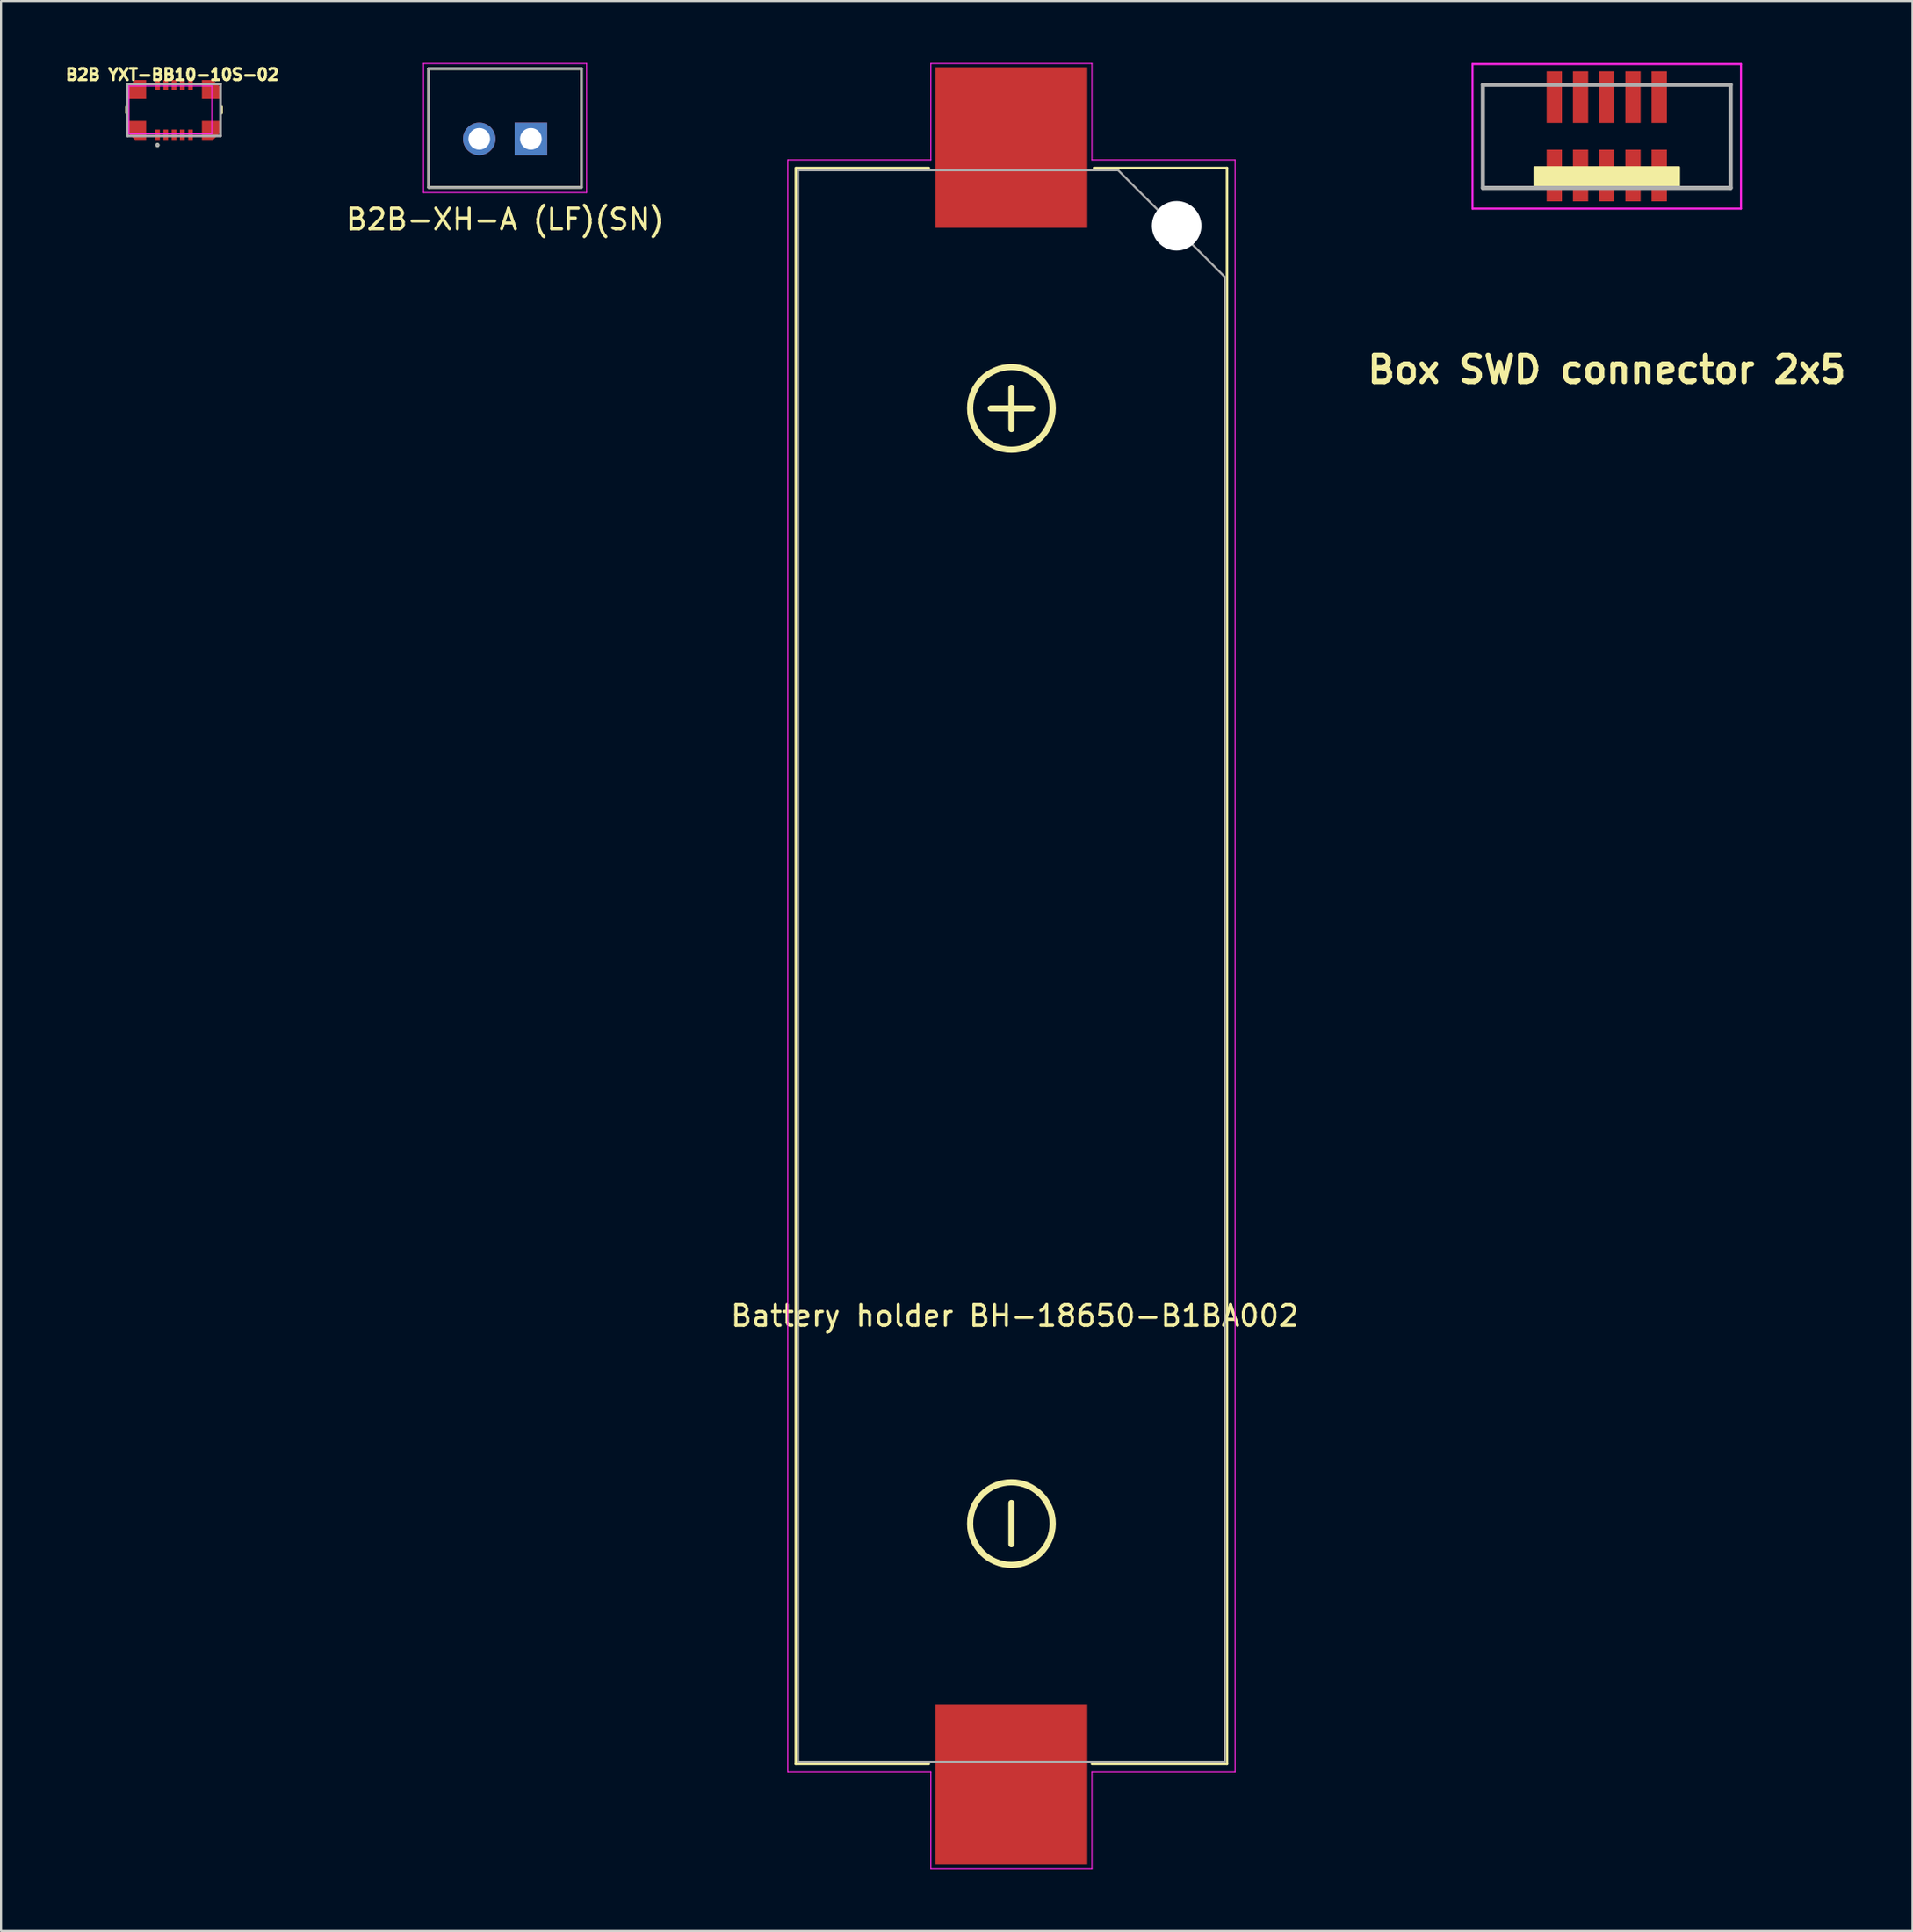
<source format=kicad_pcb>
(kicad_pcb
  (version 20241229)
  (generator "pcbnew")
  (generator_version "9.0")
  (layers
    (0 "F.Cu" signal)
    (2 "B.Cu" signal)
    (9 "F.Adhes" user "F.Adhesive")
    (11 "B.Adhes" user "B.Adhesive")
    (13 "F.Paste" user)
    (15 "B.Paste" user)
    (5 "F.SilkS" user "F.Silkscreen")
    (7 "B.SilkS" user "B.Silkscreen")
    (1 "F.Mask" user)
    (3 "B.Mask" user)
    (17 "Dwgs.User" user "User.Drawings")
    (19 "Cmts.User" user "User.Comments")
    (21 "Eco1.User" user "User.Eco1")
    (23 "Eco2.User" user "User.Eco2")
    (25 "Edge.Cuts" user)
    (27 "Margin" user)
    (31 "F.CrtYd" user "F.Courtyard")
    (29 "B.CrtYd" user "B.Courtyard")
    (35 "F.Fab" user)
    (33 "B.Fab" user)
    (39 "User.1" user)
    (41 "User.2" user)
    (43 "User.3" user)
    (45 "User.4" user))
  (footprint "Box SWD connector 2x5"
    (layer "F.Cu")
    (at 74.754 3.55)
    (property "Reference" "Box SWD connector 2x5" (at 0 11.3 0) (layer "F.SilkS") (effects (font (size 1.27 1.27) (thickness 0.254))))
    (attr smd)
    (fp_line (start -6 -2.5) (end -6 2.5) (stroke (width 0.1) (type solid)) (layer "F.SilkS"))
    (fp_line (start -6 2.5) (end -3.5 2.5) (stroke (width 0.1) (type solid)) (layer "F.SilkS"))
    (fp_line (start -3.5 -2.5) (end -6 -2.5) (stroke (width 0.1) (type solid)) (layer "F.SilkS"))
    (fp_line (start 3.5 -2.5) (end 6 -2.5) (stroke (width 0.1) (type solid)) (layer "F.SilkS"))
    (fp_line (start 6 -2.5) (end 6 2.5) (stroke (width 0.1) (type solid)) (layer "F.SilkS"))
    (fp_line (start 6 2.5) (end 3.5 2.5) (stroke (width 0.1) (type solid)) (layer "F.SilkS"))
    (fp_rect (start -3.5 1.5) (end 3.5 2.5) (stroke (width 0.1) (type default)) (fill yes) (layer "F.SilkS"))
    (fp_line (start -6.5 -3.5) (end 6.5 -3.5) (stroke (width 0.1) (type solid)) (layer "F.CrtYd"))
    (fp_line (start -6.5 3.5) (end -6.5 -3.5) (stroke (width 0.1) (type solid)) (layer "F.CrtYd"))
    (fp_line (start 6.5 -3.5) (end 6.5 3.5) (stroke (width 0.1) (type solid)) (layer "F.CrtYd"))
    (fp_line (start 6.5 3.5) (end -6.5 3.5) (stroke (width 0.1) (type solid)) (layer "F.CrtYd"))
    (fp_line (start -6 -2.5) (end 6 -2.5) (stroke (width 0.2) (type solid)) (layer "F.Fab"))
    (fp_line (start -6 2.5) (end -6 -2.5) (stroke (width 0.2) (type solid)) (layer "F.Fab"))
    (fp_line (start 6 -2.5) (end 6 2.5) (stroke (width 0.2) (type solid)) (layer "F.Fab"))
    (fp_line (start 6 2.5) (end -6 2.5) (stroke (width 0.2) (type solid)) (layer "F.Fab"))
    (pad "1" smd rect (at -2.54 1.9) (size 0.74 2.5) (layers "F.Cu" "F.Mask" "F.Paste"))
    (pad "2" smd rect (at -2.54 -1.9) (size 0.74 2.5) (layers "F.Cu" "F.Mask" "F.Paste"))
    (pad "3" smd rect (at -1.27 1.9) (size 0.74 2.5) (layers "F.Cu" "F.Mask" "F.Paste"))
    (pad "4" smd rect (at -1.27 -1.9) (size 0.74 2.5) (layers "F.Cu" "F.Mask" "F.Paste"))
    (pad "5" smd rect (at 0 1.9) (size 0.74 2.5) (layers "F.Cu" "F.Mask" "F.Paste"))
    (pad "6" smd rect (at 0 -1.9) (size 0.74 2.5) (layers "F.Cu" "F.Mask" "F.Paste"))
    (pad "7" smd rect (at 1.27 1.9) (size 0.74 2.5) (layers "F.Cu" "F.Mask" "F.Paste"))
    (pad "8" smd rect (at 1.27 -1.9) (size 0.74 2.5) (layers "F.Cu" "F.Mask" "F.Paste"))
    (pad "9" smd rect (at 2.54 1.9) (size 0.74 2.5) (layers "F.Cu" "F.Mask" "F.Paste"))
    (pad "10" smd rect (at 2.54 -1.9) (size 0.74 2.5) (layers "F.Cu" "F.Mask" "F.Paste")))
  (footprint "B2B YXT-BB10-10S-02"
    (layer "F.Cu")
    (at 5.376 2.274)
    (property "Reference" "B2B YXT-BB10-10S-02" (at -0.08 -1.71 0) (layer "F.SilkS") (effects (font (size 0.551 0.551) (thickness 0.138))))
    (attr smd)
    (fp_line (start -2.3 -0.15) (end -2.3 0.15) (stroke (width 0.127) (type solid)) (layer "F.SilkS"))
    (fp_line (start 2.3 -0.15) (end 2.3 0.15) (stroke (width 0.127) (type solid)) (layer "F.SilkS"))
    (fp_circle (center -0.8 1.7) (end -0.75 1.7) (stroke (width 0.1) (type solid)) (fill no) (layer "F.SilkS"))
    (fp_line (start -2.18 -1.16) (end -2.18 1.16) (stroke (width 0.05) (type solid)) (layer "F.CrtYd"))
    (fp_line (start -2.18 1.16) (end 1.83 1.16) (stroke (width 0.05) (type solid)) (layer "F.CrtYd"))
    (fp_line (start 1.83 -1.16) (end -2.18 -1.16) (stroke (width 0.05) (type solid)) (layer "F.CrtYd"))
    (fp_line (start 1.83 1.16) (end 1.83 -1.16) (stroke (width 0.05) (type solid)) (layer "F.CrtYd"))
    (fp_line (start -2.25 -1.26) (end -2.25 1.26) (stroke (width 0.127) (type solid)) (layer "F.Fab"))
    (fp_line (start -2.25 -1.26) (end 2.25 -1.26) (stroke (width 0.127) (type solid)) (layer "F.Fab"))
    (fp_line (start -2.25 1.26) (end 2.25 1.26) (stroke (width 0.127) (type solid)) (layer "F.Fab"))
    (fp_line (start 2.25 -1.26) (end 2.25 1.26) (stroke (width 0.127) (type solid)) (layer "F.Fab"))
    (fp_circle (center -0.8 1.7) (end -0.75 1.7) (stroke (width 0.1) (type solid)) (fill no) (layer "F.Fab"))
    (pad "1" smd rect (at -0.8 1.2) (size 0.23 0.5) (layers "F.Cu" "F.Mask" "F.Paste"))
    (pad "2" smd rect (at -0.8 -1.2) (size 0.23 0.5) (layers "F.Cu" "F.Mask" "F.Paste"))
    (pad "3" smd rect (at -0.4 1.2) (size 0.23 0.5) (layers "F.Cu" "F.Mask" "F.Paste"))
    (pad "4" smd rect (at -0.4 -1.2) (size 0.23 0.5) (layers "F.Cu" "F.Mask" "F.Paste"))
    (pad "5" smd rect (at 0 1.2) (size 0.23 0.5) (layers "F.Cu" "F.Mask" "F.Paste"))
    (pad "6" smd rect (at 0 -1.2) (size 0.23 0.5) (layers "F.Cu" "F.Mask" "F.Paste"))
    (pad "7" smd rect (at 0.4 1.2) (size 0.23 0.5) (layers "F.Cu" "F.Mask" "F.Paste"))
    (pad "8" smd rect (at 0.4 -1.2) (size 0.23 0.5) (layers "F.Cu" "F.Mask" "F.Paste"))
    (pad "9" smd rect (at 0.8 1.2) (size 0.23 0.5) (layers "F.Cu" "F.Mask" "F.Paste"))
    (pad "10" smd rect (at 0.8 -1.2) (size 0.23 0.5) (layers "F.Cu" "F.Mask" "F.Paste"))
    (pad "S1" smd roundrect (at -1.8 0.99) (size 0.9 0.92) (layers "F.Cu" "F.Mask" "F.Paste") (roundrect_rratio 0) (chamfer_ratio 0.4) (chamfer bottom_left))
    (pad "S2" smd roundrect (at -1.8 -0.99) (size 0.9 0.92) (layers "F.Cu" "F.Mask" "F.Paste") (roundrect_rratio 0) (chamfer_ratio 0.4) (chamfer top_left))
    (pad "S3" smd roundrect (at 1.8 0.99) (size 0.9 0.92) (layers "F.Cu" "F.Mask" "F.Paste") (roundrect_rratio 0) (chamfer_ratio 0.4) (chamfer bottom_right))
    (pad "S4" smd roundrect (at 1.8 -0.99) (size 0.9 0.92) (layers "F.Cu" "F.Mask" "F.Paste") (roundrect_rratio 0) (chamfer_ratio 0.4) (chamfer top_right)))
  (footprint "B2B-XH-A (LF)(SN)"
    (layer "F.Cu")
    (at 21.407 3.675)
    (property "Reference" "B2B-XH-A (LF)(SN)" (at 0 3.9 0) (layer "F.SilkS") (effects (font (size 1 1) (thickness 0.15))))
    (attr through_hole)
    (fp_line (start -3.7 -3.4) (end 3.7 -3.4) (stroke (width 0.127) (type solid)) (layer "F.SilkS"))
    (fp_line (start -3.7 2.35) (end -3.7 -3.4) (stroke (width 0.127) (type solid)) (layer "F.SilkS"))
    (fp_line (start 3.7 -3.4) (end 3.7 2.35) (stroke (width 0.127) (type solid)) (layer "F.SilkS"))
    (fp_line (start 3.7 2.35) (end -3.7 2.35) (stroke (width 0.127) (type solid)) (layer "F.SilkS"))
    (fp_line (start -3.95 -3.65) (end -3.95 2.6) (stroke (width 0.05) (type solid)) (layer "F.CrtYd"))
    (fp_line (start -3.95 2.6) (end 3.95 2.6) (stroke (width 0.05) (type solid)) (layer "F.CrtYd"))
    (fp_line (start 3.95 -3.65) (end -3.95 -3.65) (stroke (width 0.05) (type solid)) (layer "F.CrtYd"))
    (fp_line (start 3.95 2.6) (end 3.95 -3.65) (stroke (width 0.05) (type solid)) (layer "F.CrtYd"))
    (fp_line (start -3.7 -3.4) (end 3.7 -3.4) (stroke (width 0.127) (type solid)) (layer "F.Fab"))
    (fp_line (start -3.7 2.35) (end -3.7 -3.4) (stroke (width 0.127) (type solid)) (layer "F.Fab"))
    (fp_line (start 3.7 -3.4) (end 3.7 2.35) (stroke (width 0.127) (type solid)) (layer "F.Fab"))
    (fp_line (start 3.7 2.35) (end -3.7 2.35) (stroke (width 0.127) (type solid)) (layer "F.Fab"))
    (pad "1" thru_hole rect (at 1.25 0) (size 1.575 1.575) (drill 1.05) (layers "*.Cu" "*.Mask"))
    (pad "2" thru_hole circle (at -1.25 0) (size 1.575 1.575) (drill 1.05) (layers "*.Cu" "*.Mask")))
  (footprint "Battery holder BH-18650-B1BA002"
    (layer "F.Cu")
    (at 45.926 43.725)
    (property "Reference" "Battery holder BH-18650-B1BA002" (at 0.16 16.94 0) (layer "F.SilkS") (effects (font (size 1 1) (thickness 0.15))))
    (attr smd)
    (fp_line (start -10.44 -38.64) (end -10.44 38.64) (stroke (width 0.12) (type solid)) (layer "F.SilkS"))
    (fp_line (start -10.44 38.64) (end -4 38.64) (stroke (width 0.12) (type solid)) (layer "F.SilkS"))
    (fp_line (start -4 -38.64) (end -10.42 -38.64) (stroke (width 0.12) (type solid)) (layer "F.SilkS"))
    (fp_line (start -1 -27) (end 1 -27) (stroke (width 0.3) (type default)) (layer "F.SilkS"))
    (fp_line (start 0 -28) (end 0 -26) (stroke (width 0.3) (type default)) (layer "F.SilkS"))
    (fp_line (start 0 26) (end 0 28) (stroke (width 0.3) (type default)) (layer "F.SilkS"))
    (fp_line (start 4 -38.64) (end 10.44 -38.64) (stroke (width 0.12) (type solid)) (layer "F.SilkS"))
    (fp_line (start 10.44 -38.64) (end 10.44 38.64) (stroke (width 0.12) (type solid)) (layer "F.SilkS"))
    (fp_line (start 10.44 38.64) (end 3.9 38.64) (stroke (width 0.12) (type solid)) (layer "F.SilkS"))
    (fp_circle (center 0 -27) (end 0 -29) (stroke (width 0.3) (type default)) (fill no) (layer "F.SilkS"))
    (fp_circle (center 0 27) (end 0 25) (stroke (width 0.3) (type default)) (fill no) (layer "F.SilkS"))
    (fp_line (start -10.83 -39.03) (end -3.9 -39.03) (stroke (width 0.05) (type solid)) (layer "F.CrtYd"))
    (fp_line (start -10.83 39.03) (end -10.83 -39.03) (stroke (width 0.05) (type solid)) (layer "F.CrtYd"))
    (fp_line (start -10.83 39.03) (end -3.9 39.03) (stroke (width 0.05) (type solid)) (layer "F.CrtYd"))
    (fp_line (start -3.9 -43.7) (end -3.9 -39.03) (stroke (width 0.05) (type solid)) (layer "F.CrtYd"))
    (fp_line (start -3.9 43.7) (end -3.9 39.03) (stroke (width 0.05) (type solid)) (layer "F.CrtYd"))
    (fp_line (start 3.9 -43.7) (end -3.9 -43.7) (stroke (width 0.05) (type solid)) (layer "F.CrtYd"))
    (fp_line (start 3.9 -39.03) (end 3.9 -43.7) (stroke (width 0.05) (type solid)) (layer "F.CrtYd"))
    (fp_line (start 3.9 39.03) (end 3.9 43.7) (stroke (width 0.05) (type solid)) (layer "F.CrtYd"))
    (fp_line (start 3.9 43.7) (end -3.9 43.7) (stroke (width 0.05) (type solid)) (layer "F.CrtYd"))
    (fp_line (start 10.83 -39.03) (end 3.9 -39.03) (stroke (width 0.05) (type solid)) (layer "F.CrtYd"))
    (fp_line (start 10.83 39.03) (end 3.9 39.03) (stroke (width 0.05) (type solid)) (layer "F.CrtYd"))
    (fp_line (start 10.83 39.03) (end 10.83 -39.03) (stroke (width 0.05) (type solid)) (layer "F.CrtYd"))
    (fp_line (start -10.33 -38.53) (end -10.33 38.53) (stroke (width 0.1) (type solid)) (layer "F.Fab"))
    (fp_line (start 5.168 -38.53) (end -10.33 -38.53) (stroke (width 0.1) (type solid)) (layer "F.Fab"))
    (fp_line (start 10.33 -33.367) (end 5.168 -38.53) (stroke (width 0.1) (type solid)) (layer "F.Fab"))
    (fp_line (start 10.33 -33.367) (end 10.33 38.53) (stroke (width 0.1) (type solid)) (layer "F.Fab"))
    (fp_line (start 10.33 38.53) (end -10.33 38.53) (stroke (width 0.1) (type solid)) (layer "F.Fab"))
    (pad "" np_thru_hole circle (at 8 -35.84 90) (size 2.4 2.4) (drill 2.4) (layers "*.Cu" "*.Mask"))
    (pad "1" smd rect (at 0 -39.63 270) (size 7.77 7.35) (layers "F.Cu" "F.Mask" "F.Paste"))
    (pad "2" smd rect (at 0 39.63 270) (size 7.77 7.35) (layers "F.Cu" "F.Mask" "F.Paste")))
  (gr_rect
    (start -3 -3)
    (end 89.559 90.45)
    (stroke (width 0.1) (type default))
    (fill no)
    (layer "Edge.Cuts")))
</source>
